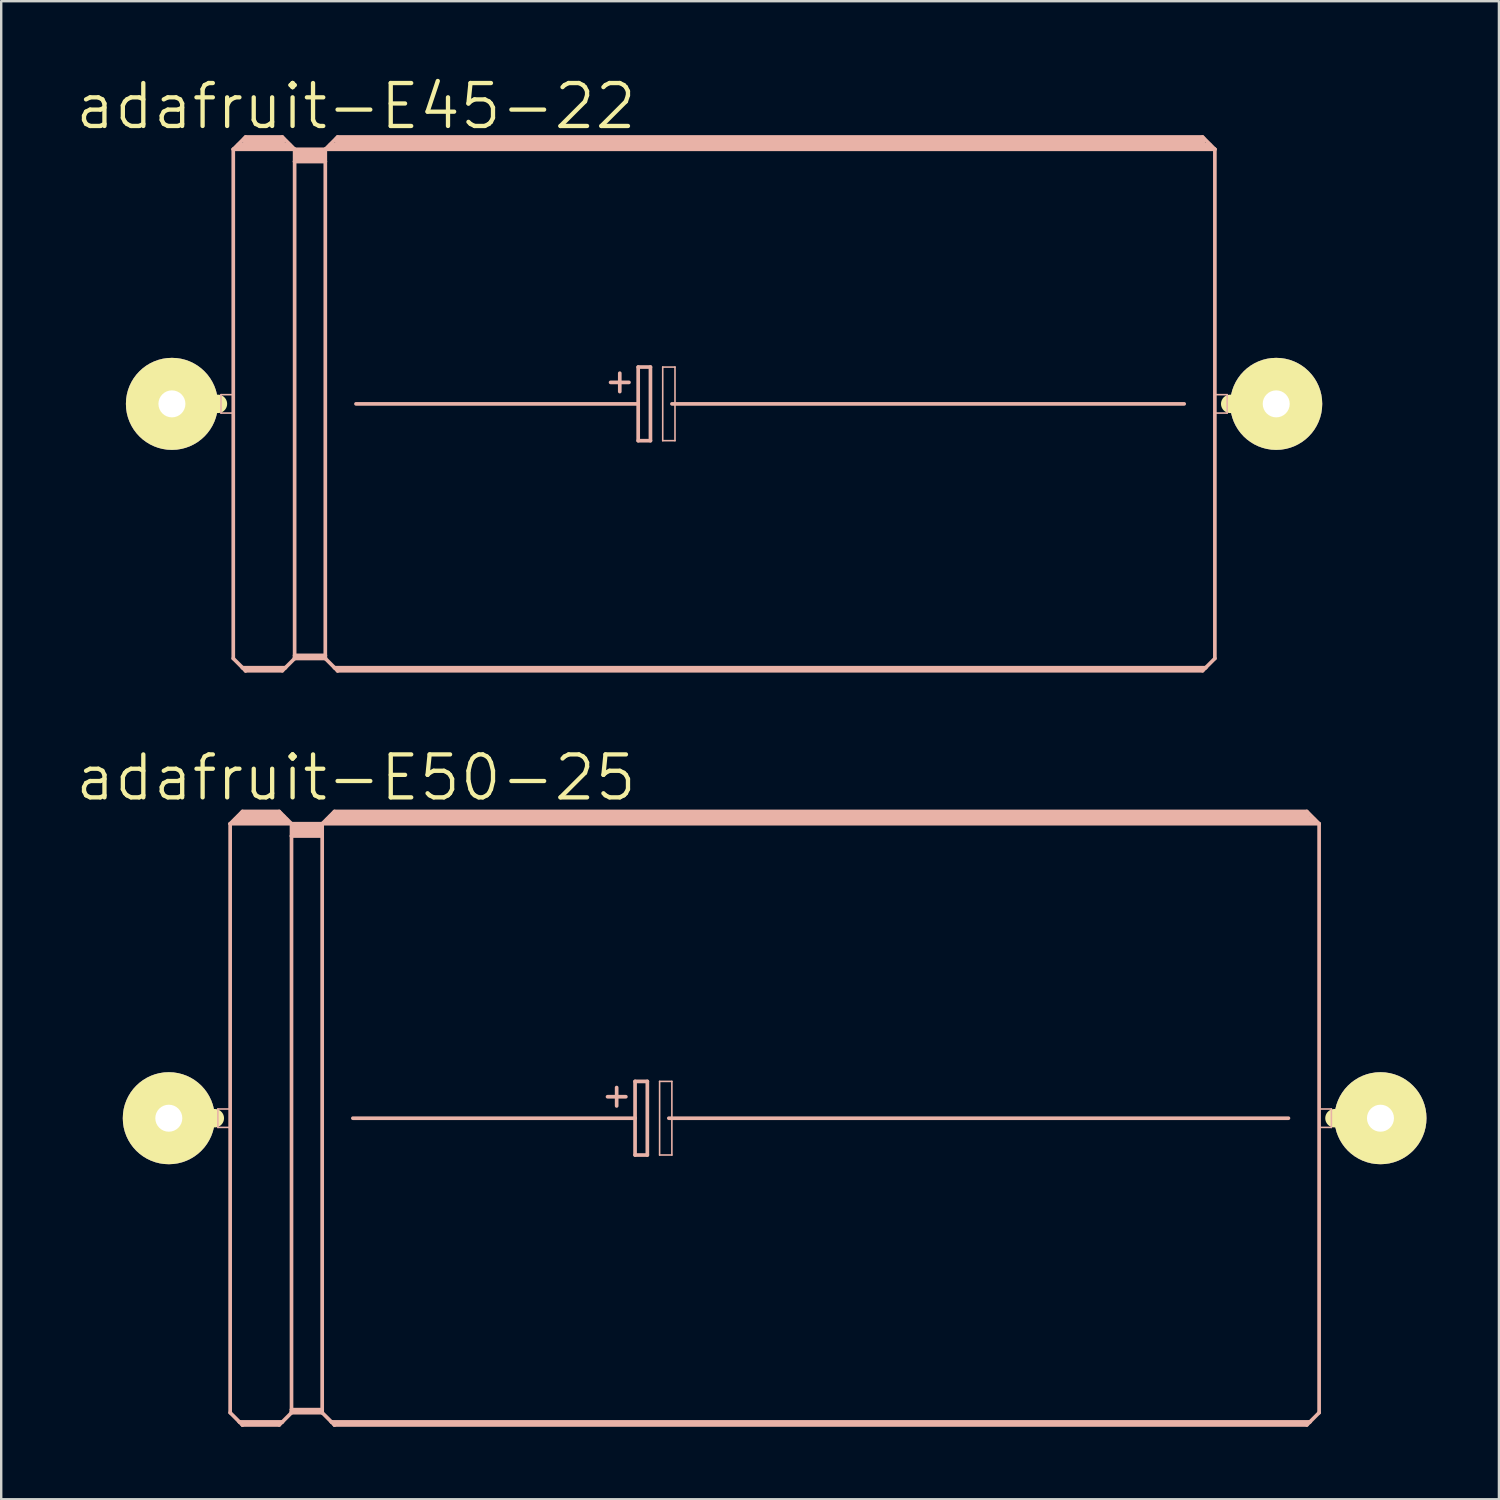
<source format=kicad_pcb>
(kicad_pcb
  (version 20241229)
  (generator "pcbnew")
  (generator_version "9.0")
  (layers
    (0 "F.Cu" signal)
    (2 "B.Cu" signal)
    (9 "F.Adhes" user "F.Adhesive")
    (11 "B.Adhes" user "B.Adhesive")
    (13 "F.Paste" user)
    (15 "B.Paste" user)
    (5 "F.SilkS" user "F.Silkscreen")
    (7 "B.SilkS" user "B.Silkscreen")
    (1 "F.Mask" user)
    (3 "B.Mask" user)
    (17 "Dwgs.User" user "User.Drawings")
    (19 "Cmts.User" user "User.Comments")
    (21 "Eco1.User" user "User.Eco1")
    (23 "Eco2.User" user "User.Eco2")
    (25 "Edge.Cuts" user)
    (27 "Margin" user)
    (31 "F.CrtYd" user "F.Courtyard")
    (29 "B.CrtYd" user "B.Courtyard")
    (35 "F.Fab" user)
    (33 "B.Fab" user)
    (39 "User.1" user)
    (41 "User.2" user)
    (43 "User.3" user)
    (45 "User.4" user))
  (footprint "adafruit-E50-25"
    (layer "F.Cu")
    (at 29.339 43.246)
    (property "Reference" "adafruit-E50-25" (at -17.65 -14.097 0) (layer "F.SilkS") (effects (font (size 1.778 1.778) (thickness 0.178))))
    (attr exclude_from_pos_files exclude_from_bom)
    (fp_line (start -25.4 0) (end -23.495 0) (stroke (width 0.762) (type solid)) (layer "F.SilkS"))
    (fp_line (start 24.765 0) (end 22.86 0) (stroke (width 0.762) (type solid)) (layer "F.SilkS"))
    (fp_line (start -23.368 -0.381) (end -22.86 -0.381) (stroke (width 0.066) (type solid)) (layer "B.SilkS"))
    (fp_line (start -23.368 0.381) (end -23.368 -0.381) (stroke (width 0.066) (type solid)) (layer "B.SilkS"))
    (fp_line (start -23.368 0.381) (end -22.86 0.381) (stroke (width 0.066) (type solid)) (layer "B.SilkS"))
    (fp_line (start -22.86 -12.192) (end -22.86 12.192) (stroke (width 0.152) (type solid)) (layer "B.SilkS"))
    (fp_line (start -22.86 -12.192) (end -22.352 -12.7) (stroke (width 0.152) (type solid)) (layer "B.SilkS"))
    (fp_line (start -22.86 -12.192) (end -20.32 -12.192) (stroke (width 0.152) (type solid)) (layer "B.SilkS"))
    (fp_line (start -22.86 0.381) (end -22.86 -0.381) (stroke (width 0.066) (type solid)) (layer "B.SilkS"))
    (fp_line (start -22.86 12.192) (end -22.479 12.573) (stroke (width 0.152) (type solid)) (layer "B.SilkS"))
    (fp_line (start -22.606 -12.319) (end -22.479 -12.319) (stroke (width 0.305) (type solid)) (layer "B.SilkS"))
    (fp_line (start -22.479 -12.319) (end -22.479 -12.446) (stroke (width 0.305) (type solid)) (layer "B.SilkS"))
    (fp_line (start -22.479 -12.319) (end -20.698 -12.319) (stroke (width 0.305) (type solid)) (layer "B.SilkS"))
    (fp_line (start -22.479 12.573) (end -22.352 12.7) (stroke (width 0.152) (type solid)) (layer "B.SilkS"))
    (fp_line (start -22.479 12.573) (end -20.698 12.573) (stroke (width 0.152) (type solid)) (layer "B.SilkS"))
    (fp_line (start -22.352 -12.7) (end -20.828 -12.7) (stroke (width 0.152) (type solid)) (layer "B.SilkS"))
    (fp_line (start -22.352 -12.573) (end -20.828 -12.573) (stroke (width 0.305) (type solid)) (layer "B.SilkS"))
    (fp_line (start -22.352 12.649) (end -20.828 12.649) (stroke (width 0.152) (type solid)) (layer "B.SilkS"))
    (fp_line (start -22.352 12.7) (end -22.352 12.649) (stroke (width 0.152) (type solid)) (layer "B.SilkS"))
    (fp_line (start -22.352 12.7) (end -20.828 12.7) (stroke (width 0.152) (type solid)) (layer "B.SilkS"))
    (fp_line (start -20.698 -12.319) (end -20.698 -12.446) (stroke (width 0.305) (type solid)) (layer "B.SilkS"))
    (fp_line (start -20.698 -12.319) (end -20.574 -12.319) (stroke (width 0.305) (type solid)) (layer "B.SilkS"))
    (fp_line (start -20.698 12.573) (end -20.828 12.7) (stroke (width 0.152) (type solid)) (layer "B.SilkS"))
    (fp_line (start -20.32 -12.192) (end -20.828 -12.7) (stroke (width 0.152) (type solid)) (layer "B.SilkS"))
    (fp_line (start -20.32 -12.192) (end -20.32 -11.684) (stroke (width 0.152) (type solid)) (layer "B.SilkS"))
    (fp_line (start -20.32 -12.192) (end -19.05 -12.192) (stroke (width 0.152) (type solid)) (layer "B.SilkS"))
    (fp_line (start -20.32 -11.684) (end -20.32 12.065) (stroke (width 0.152) (type solid)) (layer "B.SilkS"))
    (fp_line (start -20.32 -11.684) (end -19.05 -11.684) (stroke (width 0.152) (type solid)) (layer "B.SilkS"))
    (fp_line (start -20.32 12.065) (end -20.32 12.141) (stroke (width 0.152) (type solid)) (layer "B.SilkS"))
    (fp_line (start -20.32 12.065) (end -19.05 12.065) (stroke (width 0.152) (type solid)) (layer "B.SilkS"))
    (fp_line (start -20.32 12.141) (end -20.32 12.192) (stroke (width 0.152) (type solid)) (layer "B.SilkS"))
    (fp_line (start -20.32 12.141) (end -19.05 12.141) (stroke (width 0.152) (type solid)) (layer "B.SilkS"))
    (fp_line (start -20.32 12.192) (end -20.698 12.573) (stroke (width 0.152) (type solid)) (layer "B.SilkS"))
    (fp_line (start -20.32 12.192) (end -19.05 12.192) (stroke (width 0.152) (type solid)) (layer "B.SilkS"))
    (fp_line (start -20.193 -12.065) (end -19.177 -12.065) (stroke (width 0.305) (type solid)) (layer "B.SilkS"))
    (fp_line (start -20.193 -11.811) (end -19.177 -11.811) (stroke (width 0.305) (type solid)) (layer "B.SilkS"))
    (fp_line (start -19.05 -12.192) (end -19.05 -11.684) (stroke (width 0.152) (type solid)) (layer "B.SilkS"))
    (fp_line (start -19.05 -12.192) (end 22.225 -12.192) (stroke (width 0.152) (type solid)) (layer "B.SilkS"))
    (fp_line (start -19.05 -11.684) (end -19.05 12.065) (stroke (width 0.152) (type solid)) (layer "B.SilkS"))
    (fp_line (start -19.05 12.065) (end -19.05 12.141) (stroke (width 0.152) (type solid)) (layer "B.SilkS"))
    (fp_line (start -19.05 12.141) (end -19.05 12.192) (stroke (width 0.152) (type solid)) (layer "B.SilkS"))
    (fp_line (start -19.05 12.192) (end -18.669 12.573) (stroke (width 0.152) (type solid)) (layer "B.SilkS"))
    (fp_line (start -18.796 -12.319) (end -18.669 -12.319) (stroke (width 0.305) (type solid)) (layer "B.SilkS"))
    (fp_line (start -18.669 -12.319) (end -18.669 -12.446) (stroke (width 0.305) (type solid)) (layer "B.SilkS"))
    (fp_line (start -18.669 -12.319) (end 21.971 -12.319) (stroke (width 0.305) (type solid)) (layer "B.SilkS"))
    (fp_line (start -18.669 12.573) (end -18.542 12.7) (stroke (width 0.152) (type solid)) (layer "B.SilkS"))
    (fp_line (start -18.669 12.573) (end 21.844 12.573) (stroke (width 0.152) (type solid)) (layer "B.SilkS"))
    (fp_line (start -18.542 -12.7) (end -19.05 -12.192) (stroke (width 0.152) (type solid)) (layer "B.SilkS"))
    (fp_line (start -18.542 -12.7) (end 21.717 -12.7) (stroke (width 0.152) (type solid)) (layer "B.SilkS"))
    (fp_line (start -18.542 -12.573) (end 21.717 -12.573) (stroke (width 0.305) (type solid)) (layer "B.SilkS"))
    (fp_line (start -18.542 12.649) (end 21.717 12.649) (stroke (width 0.152) (type solid)) (layer "B.SilkS"))
    (fp_line (start -18.542 12.7) (end -18.542 12.649) (stroke (width 0.152) (type solid)) (layer "B.SilkS"))
    (fp_line (start -17.78 0) (end -6.096 0) (stroke (width 0.152) (type solid)) (layer "B.SilkS"))
    (fp_line (start -7.236 -0.889) (end -6.477 -0.889) (stroke (width 0.152) (type solid)) (layer "B.SilkS"))
    (fp_line (start -6.858 -1.27) (end -6.858 -0.508) (stroke (width 0.152) (type solid)) (layer "B.SilkS"))
    (fp_line (start -6.096 -1.524) (end -6.096 0) (stroke (width 0.152) (type solid)) (layer "B.SilkS"))
    (fp_line (start -6.096 0) (end -6.096 1.524) (stroke (width 0.152) (type solid)) (layer "B.SilkS"))
    (fp_line (start -6.096 1.524) (end -5.588 1.524) (stroke (width 0.152) (type solid)) (layer "B.SilkS"))
    (fp_line (start -5.588 -1.524) (end -6.096 -1.524) (stroke (width 0.152) (type solid)) (layer "B.SilkS"))
    (fp_line (start -5.588 1.524) (end -5.588 -1.524) (stroke (width 0.152) (type solid)) (layer "B.SilkS"))
    (fp_line (start -5.08 -1.524) (end -4.572 -1.524) (stroke (width 0.066) (type solid)) (layer "B.SilkS"))
    (fp_line (start -5.08 1.524) (end -5.08 -1.524) (stroke (width 0.066) (type solid)) (layer "B.SilkS"))
    (fp_line (start -5.08 1.524) (end -4.572 1.524) (stroke (width 0.066) (type solid)) (layer "B.SilkS"))
    (fp_line (start -4.699 0) (end 20.955 0) (stroke (width 0.152) (type solid)) (layer "B.SilkS"))
    (fp_line (start -4.572 1.524) (end -4.572 -1.524) (stroke (width 0.066) (type solid)) (layer "B.SilkS"))
    (fp_line (start 21.717 -12.7) (end 22.225 -12.192) (stroke (width 0.152) (type solid)) (layer "B.SilkS"))
    (fp_line (start 21.717 12.7) (end -18.542 12.7) (stroke (width 0.152) (type solid)) (layer "B.SilkS"))
    (fp_line (start 21.844 12.573) (end 21.717 12.7) (stroke (width 0.152) (type solid)) (layer "B.SilkS"))
    (fp_line (start 22.225 -12.192) (end 22.225 12.192) (stroke (width 0.152) (type solid)) (layer "B.SilkS"))
    (fp_line (start 22.225 -0.381) (end 22.733 -0.381) (stroke (width 0.066) (type solid)) (layer "B.SilkS"))
    (fp_line (start 22.225 0.381) (end 22.225 -0.381) (stroke (width 0.066) (type solid)) (layer "B.SilkS"))
    (fp_line (start 22.225 0.381) (end 22.733 0.381) (stroke (width 0.066) (type solid)) (layer "B.SilkS"))
    (fp_line (start 22.225 12.192) (end 21.844 12.573) (stroke (width 0.152) (type solid)) (layer "B.SilkS"))
    (fp_line (start 22.733 0.381) (end 22.733 -0.381) (stroke (width 0.066) (type solid)) (layer "B.SilkS"))
    (pad "+" thru_hole circle (at -25.4 0) (size 3.81 3.81) (drill 1.118) (layers "*.Cu" "F.Mask" "F.SilkS" "F.Paste"))
    (pad "-" thru_hole circle (at 24.765 0) (size 3.81 3.81) (drill 1.118) (layers "*.Cu" "F.Mask" "F.SilkS" "F.Paste")))
  (footprint "adafruit-E45-22"
    (layer "F.Cu")
    (at 26.928 13.671)
    (property "Reference" "adafruit-E45-22" (at -15.24 -12.319 0) (layer "F.SilkS") (effects (font (size 1.778 1.778) (thickness 0.178))))
    (attr exclude_from_pos_files exclude_from_bom)
    (fp_line (start -22.86 0) (end -20.955 0) (stroke (width 0.762) (type solid)) (layer "F.SilkS"))
    (fp_line (start 22.86 0) (end 20.955 0) (stroke (width 0.762) (type solid)) (layer "F.SilkS"))
    (fp_line (start -20.828 -0.381) (end -20.32 -0.381) (stroke (width 0.066) (type solid)) (layer "B.SilkS"))
    (fp_line (start -20.828 0.381) (end -20.828 -0.381) (stroke (width 0.066) (type solid)) (layer "B.SilkS"))
    (fp_line (start -20.828 0.381) (end -20.32 0.381) (stroke (width 0.066) (type solid)) (layer "B.SilkS"))
    (fp_line (start -20.32 -10.541) (end -20.32 10.541) (stroke (width 0.152) (type solid)) (layer "B.SilkS"))
    (fp_line (start -20.32 -10.541) (end -19.812 -11.049) (stroke (width 0.152) (type solid)) (layer "B.SilkS"))
    (fp_line (start -20.32 -10.541) (end -17.78 -10.541) (stroke (width 0.152) (type solid)) (layer "B.SilkS"))
    (fp_line (start -20.32 0.381) (end -20.32 -0.381) (stroke (width 0.066) (type solid)) (layer "B.SilkS"))
    (fp_line (start -20.32 10.541) (end -19.939 10.922) (stroke (width 0.152) (type solid)) (layer "B.SilkS"))
    (fp_line (start -20.066 -10.668) (end -18.034 -10.668) (stroke (width 0.305) (type solid)) (layer "B.SilkS"))
    (fp_line (start -19.939 10.922) (end -19.812 11.049) (stroke (width 0.152) (type solid)) (layer "B.SilkS"))
    (fp_line (start -19.939 10.922) (end -18.161 10.922) (stroke (width 0.152) (type solid)) (layer "B.SilkS"))
    (fp_line (start -19.812 -11.049) (end -18.288 -11.049) (stroke (width 0.152) (type solid)) (layer "B.SilkS"))
    (fp_line (start -19.812 -10.922) (end -18.288 -10.922) (stroke (width 0.305) (type solid)) (layer "B.SilkS"))
    (fp_line (start -19.812 10.998) (end -18.288 10.998) (stroke (width 0.152) (type solid)) (layer "B.SilkS"))
    (fp_line (start -19.812 11.049) (end -19.812 10.998) (stroke (width 0.152) (type solid)) (layer "B.SilkS"))
    (fp_line (start -19.812 11.049) (end -18.288 11.049) (stroke (width 0.152) (type solid)) (layer "B.SilkS"))
    (fp_line (start -18.288 -11.049) (end -17.78 -10.541) (stroke (width 0.152) (type solid)) (layer "B.SilkS"))
    (fp_line (start -18.288 11.049) (end -18.161 10.922) (stroke (width 0.152) (type solid)) (layer "B.SilkS"))
    (fp_line (start -18.161 10.922) (end -17.78 10.541) (stroke (width 0.152) (type solid)) (layer "B.SilkS"))
    (fp_line (start -17.78 -10.541) (end -16.51 -10.541) (stroke (width 0.152) (type solid)) (layer "B.SilkS"))
    (fp_line (start -17.78 -10.033) (end -17.78 -10.541) (stroke (width 0.152) (type solid)) (layer "B.SilkS"))
    (fp_line (start -17.78 -10.033) (end -16.51 -10.033) (stroke (width 0.152) (type solid)) (layer "B.SilkS"))
    (fp_line (start -17.78 10.414) (end -17.78 -10.033) (stroke (width 0.152) (type solid)) (layer "B.SilkS"))
    (fp_line (start -17.78 10.414) (end -16.51 10.414) (stroke (width 0.152) (type solid)) (layer "B.SilkS"))
    (fp_line (start -17.78 10.49) (end -17.78 10.414) (stroke (width 0.152) (type solid)) (layer "B.SilkS"))
    (fp_line (start -17.78 10.49) (end -16.51 10.49) (stroke (width 0.152) (type solid)) (layer "B.SilkS"))
    (fp_line (start -17.78 10.541) (end -17.78 10.49) (stroke (width 0.152) (type solid)) (layer "B.SilkS"))
    (fp_line (start -17.78 10.541) (end -16.51 10.541) (stroke (width 0.152) (type solid)) (layer "B.SilkS"))
    (fp_line (start -17.65 -10.414) (end -16.637 -10.414) (stroke (width 0.305) (type solid)) (layer "B.SilkS"))
    (fp_line (start -17.65 -10.16) (end -16.637 -10.16) (stroke (width 0.305) (type solid)) (layer "B.SilkS"))
    (fp_line (start -16.51 -10.541) (end -16.002 -11.049) (stroke (width 0.152) (type solid)) (layer "B.SilkS"))
    (fp_line (start -16.51 -10.541) (end 20.32 -10.541) (stroke (width 0.152) (type solid)) (layer "B.SilkS"))
    (fp_line (start -16.51 -10.033) (end -16.51 -10.541) (stroke (width 0.152) (type solid)) (layer "B.SilkS"))
    (fp_line (start -16.51 10.414) (end -16.51 -10.033) (stroke (width 0.152) (type solid)) (layer "B.SilkS"))
    (fp_line (start -16.51 10.49) (end -16.51 10.414) (stroke (width 0.152) (type solid)) (layer "B.SilkS"))
    (fp_line (start -16.51 10.541) (end -16.51 10.49) (stroke (width 0.152) (type solid)) (layer "B.SilkS"))
    (fp_line (start -16.51 10.541) (end -16.129 10.922) (stroke (width 0.152) (type solid)) (layer "B.SilkS"))
    (fp_line (start -16.256 -10.668) (end 20.066 -10.668) (stroke (width 0.305) (type solid)) (layer "B.SilkS"))
    (fp_line (start -16.129 10.922) (end -16.002 11.049) (stroke (width 0.152) (type solid)) (layer "B.SilkS"))
    (fp_line (start -16.129 10.922) (end 19.939 10.922) (stroke (width 0.152) (type solid)) (layer "B.SilkS"))
    (fp_line (start -16.002 -11.049) (end 19.812 -11.049) (stroke (width 0.152) (type solid)) (layer "B.SilkS"))
    (fp_line (start -16.002 -10.922) (end 19.812 -10.922) (stroke (width 0.305) (type solid)) (layer "B.SilkS"))
    (fp_line (start -16.002 10.998) (end 19.812 10.998) (stroke (width 0.152) (type solid)) (layer "B.SilkS"))
    (fp_line (start -16.002 11.049) (end -16.002 10.998) (stroke (width 0.152) (type solid)) (layer "B.SilkS"))
    (fp_line (start -16.002 11.049) (end 19.812 11.049) (stroke (width 0.152) (type solid)) (layer "B.SilkS"))
    (fp_line (start -15.24 0) (end -3.556 0) (stroke (width 0.152) (type solid)) (layer "B.SilkS"))
    (fp_line (start -4.699 -0.889) (end -3.937 -0.889) (stroke (width 0.152) (type solid)) (layer "B.SilkS"))
    (fp_line (start -4.318 -1.27) (end -4.318 -0.508) (stroke (width 0.152) (type solid)) (layer "B.SilkS"))
    (fp_line (start -3.556 -1.524) (end -3.556 0) (stroke (width 0.152) (type solid)) (layer "B.SilkS"))
    (fp_line (start -3.556 0) (end -3.556 1.524) (stroke (width 0.152) (type solid)) (layer "B.SilkS"))
    (fp_line (start -3.556 1.524) (end -3.048 1.524) (stroke (width 0.152) (type solid)) (layer "B.SilkS"))
    (fp_line (start -3.048 -1.524) (end -3.556 -1.524) (stroke (width 0.152) (type solid)) (layer "B.SilkS"))
    (fp_line (start -3.048 1.524) (end -3.048 -1.524) (stroke (width 0.152) (type solid)) (layer "B.SilkS"))
    (fp_line (start -2.54 -1.524) (end -2.032 -1.524) (stroke (width 0.066) (type solid)) (layer "B.SilkS"))
    (fp_line (start -2.54 1.524) (end -2.54 -1.524) (stroke (width 0.066) (type solid)) (layer "B.SilkS"))
    (fp_line (start -2.54 1.524) (end -2.032 1.524) (stroke (width 0.066) (type solid)) (layer "B.SilkS"))
    (fp_line (start -2.159 0) (end 19.05 0) (stroke (width 0.152) (type solid)) (layer "B.SilkS"))
    (fp_line (start -2.032 1.524) (end -2.032 -1.524) (stroke (width 0.066) (type solid)) (layer "B.SilkS"))
    (fp_line (start 19.812 -11.049) (end 20.32 -10.541) (stroke (width 0.152) (type solid)) (layer "B.SilkS"))
    (fp_line (start 19.812 11.049) (end 19.939 10.922) (stroke (width 0.152) (type solid)) (layer "B.SilkS"))
    (fp_line (start 19.939 10.922) (end 20.32 10.541) (stroke (width 0.152) (type solid)) (layer "B.SilkS"))
    (fp_line (start 20.32 -10.541) (end 20.32 10.541) (stroke (width 0.152) (type solid)) (layer "B.SilkS"))
    (fp_line (start 20.32 -0.381) (end 20.828 -0.381) (stroke (width 0.066) (type solid)) (layer "B.SilkS"))
    (fp_line (start 20.32 0.381) (end 20.32 -0.381) (stroke (width 0.066) (type solid)) (layer "B.SilkS"))
    (fp_line (start 20.32 0.381) (end 20.828 0.381) (stroke (width 0.066) (type solid)) (layer "B.SilkS"))
    (fp_line (start 20.828 0.381) (end 20.828 -0.381) (stroke (width 0.066) (type solid)) (layer "B.SilkS"))
    (pad "+" thru_hole circle (at -22.86 0) (size 3.81 3.81) (drill 1.118) (layers "*.Cu" "F.Mask" "F.SilkS" "F.Paste"))
    (pad "-" thru_hole circle (at 22.86 0) (size 3.81 3.81) (drill 1.118) (layers "*.Cu" "F.Mask" "F.SilkS" "F.Paste")))
  (gr_rect
    (start -3 -3)
    (end 59.009 59.022)
    (stroke (width 0.1) (type default))
    (fill no)
    (layer "Edge.Cuts")))
</source>
